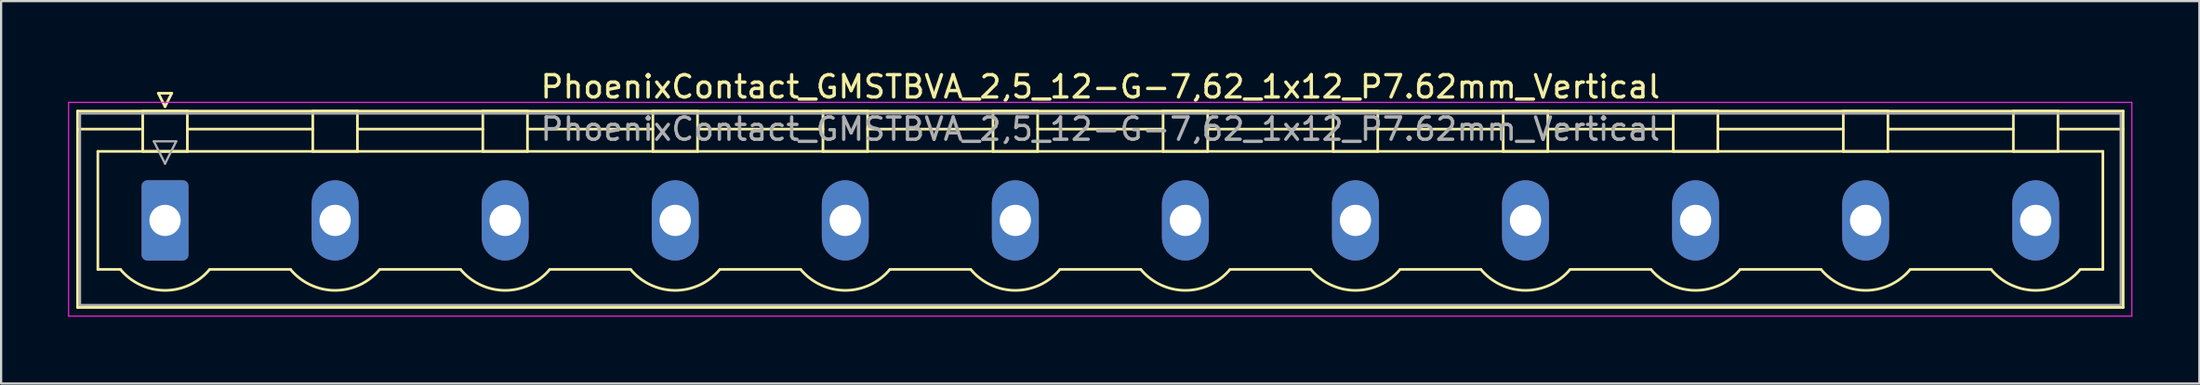
<source format=kicad_pcb>
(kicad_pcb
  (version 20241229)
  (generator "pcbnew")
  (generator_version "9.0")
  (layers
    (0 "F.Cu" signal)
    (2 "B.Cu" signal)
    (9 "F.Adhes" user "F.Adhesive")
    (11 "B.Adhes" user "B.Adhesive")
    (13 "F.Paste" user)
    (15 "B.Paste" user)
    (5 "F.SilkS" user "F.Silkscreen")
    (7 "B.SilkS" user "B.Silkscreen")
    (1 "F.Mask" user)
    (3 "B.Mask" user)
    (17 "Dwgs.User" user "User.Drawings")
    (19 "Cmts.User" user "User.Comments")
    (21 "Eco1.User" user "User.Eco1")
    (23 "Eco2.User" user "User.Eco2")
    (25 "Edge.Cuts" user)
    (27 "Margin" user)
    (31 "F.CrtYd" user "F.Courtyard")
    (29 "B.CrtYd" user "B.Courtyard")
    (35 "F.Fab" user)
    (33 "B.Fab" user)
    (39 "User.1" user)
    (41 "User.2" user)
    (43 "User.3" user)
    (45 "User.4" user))
  (footprint "PhoenixContact_GMSTBVA_2,5_12-G-7,62_1x12_P7.62mm_Vertical"
    (layer "F.Cu")
    (at 4.345 6.848)
    (property "Reference" "PhoenixContact_GMSTBVA_2,5_12-G-7,62_1x12_P7.62mm_Vertical" (at 41.91 -6 0) (layer "F.SilkS") (effects (font (size 1 1) (thickness 0.15))))
    (attr through_hole)
    (fp_line (start -3.92 -4.91) (end -3.92 3.91) (stroke (width 0.12) (type solid)) (layer "F.SilkS"))
    (fp_line (start -3.92 -4.1) (end -1.11 -4.1) (stroke (width 0.12) (type solid)) (layer "F.SilkS"))
    (fp_line (start -3.92 3.91) (end 87.74 3.91) (stroke (width 0.12) (type solid)) (layer "F.SilkS"))
    (fp_line (start -3.01 -3.1) (end 86.83 -3.1) (stroke (width 0.12) (type solid)) (layer "F.SilkS"))
    (fp_line (start -3.01 2.2) (end -3.01 -3.1) (stroke (width 0.12) (type solid)) (layer "F.SilkS"))
    (fp_line (start -2 2.2) (end -3.01 2.2) (stroke (width 0.12) (type solid)) (layer "F.SilkS"))
    (fp_line (start -1 -4.91) (end 1 -4.91) (stroke (width 0.12) (type solid)) (layer "F.SilkS"))
    (fp_line (start -1 -3.1) (end -1 -4.91) (stroke (width 0.12) (type solid)) (layer "F.SilkS"))
    (fp_line (start -0.3 -5.71) (end 0.3 -5.71) (stroke (width 0.12) (type solid)) (layer "F.SilkS"))
    (fp_line (start 0 -5.11) (end -0.3 -5.71) (stroke (width 0.12) (type solid)) (layer "F.SilkS"))
    (fp_line (start 0.3 -5.71) (end 0 -5.11) (stroke (width 0.12) (type solid)) (layer "F.SilkS"))
    (fp_line (start 1 -4.91) (end 1 -3.1) (stroke (width 0.12) (type solid)) (layer "F.SilkS"))
    (fp_line (start 1 -4.1) (end 6.62 -4.1) (stroke (width 0.12) (type solid)) (layer "F.SilkS"))
    (fp_line (start 1 -3.1) (end -1 -3.1) (stroke (width 0.12) (type solid)) (layer "F.SilkS"))
    (fp_line (start 2 2.2) (end 5.62 2.2) (stroke (width 0.12) (type solid)) (layer "F.SilkS"))
    (fp_line (start 6.62 -4.91) (end 8.62 -4.91) (stroke (width 0.12) (type solid)) (layer "F.SilkS"))
    (fp_line (start 6.62 -3.1) (end 6.62 -4.91) (stroke (width 0.12) (type solid)) (layer "F.SilkS"))
    (fp_line (start 8.62 -4.91) (end 8.62 -3.1) (stroke (width 0.12) (type solid)) (layer "F.SilkS"))
    (fp_line (start 8.62 -4.1) (end 14.24 -4.1) (stroke (width 0.12) (type solid)) (layer "F.SilkS"))
    (fp_line (start 8.62 -3.1) (end 6.62 -3.1) (stroke (width 0.12) (type solid)) (layer "F.SilkS"))
    (fp_line (start 9.62 2.2) (end 13.24 2.2) (stroke (width 0.12) (type solid)) (layer "F.SilkS"))
    (fp_line (start 14.24 -4.91) (end 16.24 -4.91) (stroke (width 0.12) (type solid)) (layer "F.SilkS"))
    (fp_line (start 14.24 -3.1) (end 14.24 -4.91) (stroke (width 0.12) (type solid)) (layer "F.SilkS"))
    (fp_line (start 16.24 -4.91) (end 16.24 -3.1) (stroke (width 0.12) (type solid)) (layer "F.SilkS"))
    (fp_line (start 16.24 -4.1) (end 21.86 -4.1) (stroke (width 0.12) (type solid)) (layer "F.SilkS"))
    (fp_line (start 16.24 -3.1) (end 14.24 -3.1) (stroke (width 0.12) (type solid)) (layer "F.SilkS"))
    (fp_line (start 17.24 2.2) (end 20.86 2.2) (stroke (width 0.12) (type solid)) (layer "F.SilkS"))
    (fp_line (start 21.86 -4.91) (end 23.86 -4.91) (stroke (width 0.12) (type solid)) (layer "F.SilkS"))
    (fp_line (start 21.86 -3.1) (end 21.86 -4.91) (stroke (width 0.12) (type solid)) (layer "F.SilkS"))
    (fp_line (start 23.86 -4.91) (end 23.86 -3.1) (stroke (width 0.12) (type solid)) (layer "F.SilkS"))
    (fp_line (start 23.86 -4.1) (end 29.48 -4.1) (stroke (width 0.12) (type solid)) (layer "F.SilkS"))
    (fp_line (start 23.86 -3.1) (end 21.86 -3.1) (stroke (width 0.12) (type solid)) (layer "F.SilkS"))
    (fp_line (start 24.86 2.2) (end 28.48 2.2) (stroke (width 0.12) (type solid)) (layer "F.SilkS"))
    (fp_line (start 29.48 -4.91) (end 31.48 -4.91) (stroke (width 0.12) (type solid)) (layer "F.SilkS"))
    (fp_line (start 29.48 -3.1) (end 29.48 -4.91) (stroke (width 0.12) (type solid)) (layer "F.SilkS"))
    (fp_line (start 31.48 -4.91) (end 31.48 -3.1) (stroke (width 0.12) (type solid)) (layer "F.SilkS"))
    (fp_line (start 31.48 -4.1) (end 37.1 -4.1) (stroke (width 0.12) (type solid)) (layer "F.SilkS"))
    (fp_line (start 31.48 -3.1) (end 29.48 -3.1) (stroke (width 0.12) (type solid)) (layer "F.SilkS"))
    (fp_line (start 32.48 2.2) (end 36.1 2.2) (stroke (width 0.12) (type solid)) (layer "F.SilkS"))
    (fp_line (start 37.1 -4.91) (end 39.1 -4.91) (stroke (width 0.12) (type solid)) (layer "F.SilkS"))
    (fp_line (start 37.1 -3.1) (end 37.1 -4.91) (stroke (width 0.12) (type solid)) (layer "F.SilkS"))
    (fp_line (start 39.1 -4.91) (end 39.1 -3.1) (stroke (width 0.12) (type solid)) (layer "F.SilkS"))
    (fp_line (start 39.1 -4.1) (end 44.72 -4.1) (stroke (width 0.12) (type solid)) (layer "F.SilkS"))
    (fp_line (start 39.1 -3.1) (end 37.1 -3.1) (stroke (width 0.12) (type solid)) (layer "F.SilkS"))
    (fp_line (start 40.1 2.2) (end 43.72 2.2) (stroke (width 0.12) (type solid)) (layer "F.SilkS"))
    (fp_line (start 44.72 -4.91) (end 46.72 -4.91) (stroke (width 0.12) (type solid)) (layer "F.SilkS"))
    (fp_line (start 44.72 -3.1) (end 44.72 -4.91) (stroke (width 0.12) (type solid)) (layer "F.SilkS"))
    (fp_line (start 46.72 -4.91) (end 46.72 -3.1) (stroke (width 0.12) (type solid)) (layer "F.SilkS"))
    (fp_line (start 46.72 -4.1) (end 52.34 -4.1) (stroke (width 0.12) (type solid)) (layer "F.SilkS"))
    (fp_line (start 46.72 -3.1) (end 44.72 -3.1) (stroke (width 0.12) (type solid)) (layer "F.SilkS"))
    (fp_line (start 47.72 2.2) (end 51.34 2.2) (stroke (width 0.12) (type solid)) (layer "F.SilkS"))
    (fp_line (start 52.34 -4.91) (end 54.34 -4.91) (stroke (width 0.12) (type solid)) (layer "F.SilkS"))
    (fp_line (start 52.34 -3.1) (end 52.34 -4.91) (stroke (width 0.12) (type solid)) (layer "F.SilkS"))
    (fp_line (start 54.34 -4.91) (end 54.34 -3.1) (stroke (width 0.12) (type solid)) (layer "F.SilkS"))
    (fp_line (start 54.34 -4.1) (end 59.96 -4.1) (stroke (width 0.12) (type solid)) (layer "F.SilkS"))
    (fp_line (start 54.34 -3.1) (end 52.34 -3.1) (stroke (width 0.12) (type solid)) (layer "F.SilkS"))
    (fp_line (start 55.34 2.2) (end 58.96 2.2) (stroke (width 0.12) (type solid)) (layer "F.SilkS"))
    (fp_line (start 59.96 -4.91) (end 61.96 -4.91) (stroke (width 0.12) (type solid)) (layer "F.SilkS"))
    (fp_line (start 59.96 -3.1) (end 59.96 -4.91) (stroke (width 0.12) (type solid)) (layer "F.SilkS"))
    (fp_line (start 61.96 -4.91) (end 61.96 -3.1) (stroke (width 0.12) (type solid)) (layer "F.SilkS"))
    (fp_line (start 61.96 -4.1) (end 67.58 -4.1) (stroke (width 0.12) (type solid)) (layer "F.SilkS"))
    (fp_line (start 61.96 -3.1) (end 59.96 -3.1) (stroke (width 0.12) (type solid)) (layer "F.SilkS"))
    (fp_line (start 62.96 2.2) (end 66.58 2.2) (stroke (width 0.12) (type solid)) (layer "F.SilkS"))
    (fp_line (start 67.58 -4.91) (end 69.58 -4.91) (stroke (width 0.12) (type solid)) (layer "F.SilkS"))
    (fp_line (start 67.58 -3.1) (end 67.58 -4.91) (stroke (width 0.12) (type solid)) (layer "F.SilkS"))
    (fp_line (start 69.58 -4.91) (end 69.58 -3.1) (stroke (width 0.12) (type solid)) (layer "F.SilkS"))
    (fp_line (start 69.58 -4.1) (end 75.2 -4.1) (stroke (width 0.12) (type solid)) (layer "F.SilkS"))
    (fp_line (start 69.58 -3.1) (end 67.58 -3.1) (stroke (width 0.12) (type solid)) (layer "F.SilkS"))
    (fp_line (start 70.58 2.2) (end 74.2 2.2) (stroke (width 0.12) (type solid)) (layer "F.SilkS"))
    (fp_line (start 75.2 -4.91) (end 77.2 -4.91) (stroke (width 0.12) (type solid)) (layer "F.SilkS"))
    (fp_line (start 75.2 -3.1) (end 75.2 -4.91) (stroke (width 0.12) (type solid)) (layer "F.SilkS"))
    (fp_line (start 77.2 -4.91) (end 77.2 -3.1) (stroke (width 0.12) (type solid)) (layer "F.SilkS"))
    (fp_line (start 77.2 -4.1) (end 82.82 -4.1) (stroke (width 0.12) (type solid)) (layer "F.SilkS"))
    (fp_line (start 77.2 -3.1) (end 75.2 -3.1) (stroke (width 0.12) (type solid)) (layer "F.SilkS"))
    (fp_line (start 78.2 2.2) (end 81.82 2.2) (stroke (width 0.12) (type solid)) (layer "F.SilkS"))
    (fp_line (start 82.82 -4.91) (end 84.82 -4.91) (stroke (width 0.12) (type solid)) (layer "F.SilkS"))
    (fp_line (start 82.82 -3.1) (end 82.82 -4.91) (stroke (width 0.12) (type solid)) (layer "F.SilkS"))
    (fp_line (start 84.82 -4.91) (end 84.82 -3.1) (stroke (width 0.12) (type solid)) (layer "F.SilkS"))
    (fp_line (start 84.82 -3.1) (end 82.82 -3.1) (stroke (width 0.12) (type solid)) (layer "F.SilkS"))
    (fp_line (start 86.83 -3.1) (end 86.83 2.2) (stroke (width 0.12) (type solid)) (layer "F.SilkS"))
    (fp_line (start 86.83 2.2) (end 85.82 2.2) (stroke (width 0.12) (type solid)) (layer "F.SilkS"))
    (fp_line (start 87.74 -4.91) (end -3.92 -4.91) (stroke (width 0.12) (type solid)) (layer "F.SilkS"))
    (fp_line (start 87.74 -4.1) (end 84.93 -4.1) (stroke (width 0.12) (type solid)) (layer "F.SilkS"))
    (fp_line (start 87.74 3.91) (end 87.74 -4.91) (stroke (width 0.12) (type solid)) (layer "F.SilkS"))
    (fp_arc (start 1.986842 2.215821) (mid -0.010289 3.142758) (end -2 2.2) (stroke (width 0.12) (type solid)) (layer "F.SilkS"))
    (fp_arc (start 9.606842 2.215821) (mid 7.609711 3.142758) (end 5.62 2.2) (stroke (width 0.12) (type solid)) (layer "F.SilkS"))
    (fp_arc (start 17.226842 2.215821) (mid 15.229711 3.142758) (end 13.24 2.2) (stroke (width 0.12) (type solid)) (layer "F.SilkS"))
    (fp_arc (start 24.846842 2.215821) (mid 22.849711 3.142758) (end 20.86 2.2) (stroke (width 0.12) (type solid)) (layer "F.SilkS"))
    (fp_arc (start 32.466842 2.215821) (mid 30.469711 3.142758) (end 28.48 2.2) (stroke (width 0.12) (type solid)) (layer "F.SilkS"))
    (fp_arc (start 40.086842 2.215821) (mid 38.089711 3.142758) (end 36.1 2.2) (stroke (width 0.12) (type solid)) (layer "F.SilkS"))
    (fp_arc (start 47.706842 2.215821) (mid 45.709711 3.142758) (end 43.72 2.2) (stroke (width 0.12) (type solid)) (layer "F.SilkS"))
    (fp_arc (start 55.326842 2.215821) (mid 53.329711 3.142758) (end 51.34 2.2) (stroke (width 0.12) (type solid)) (layer "F.SilkS"))
    (fp_arc (start 62.946842 2.215821) (mid 60.949711 3.142758) (end 58.96 2.2) (stroke (width 0.12) (type solid)) (layer "F.SilkS"))
    (fp_arc (start 70.566842 2.215821) (mid 68.569711 3.142758) (end 66.58 2.2) (stroke (width 0.12) (type solid)) (layer "F.SilkS"))
    (fp_arc (start 78.186842 2.215821) (mid 76.189711 3.142758) (end 74.2 2.2) (stroke (width 0.12) (type solid)) (layer "F.SilkS"))
    (fp_arc (start 85.806842 2.215821) (mid 83.809711 3.142758) (end 81.82 2.2) (stroke (width 0.12) (type solid)) (layer "F.SilkS"))
    (fp_line (start -4.32 -5.3) (end -4.32 4.3) (stroke (width 0.05) (type solid)) (layer "F.CrtYd"))
    (fp_line (start -4.32 4.3) (end 88.13 4.3) (stroke (width 0.05) (type solid)) (layer "F.CrtYd"))
    (fp_line (start 88.13 -5.3) (end -4.32 -5.3) (stroke (width 0.05) (type solid)) (layer "F.CrtYd"))
    (fp_line (start 88.13 4.3) (end 88.13 -5.3) (stroke (width 0.05) (type solid)) (layer "F.CrtYd"))
    (fp_line (start -3.81 -4.8) (end -3.81 3.8) (stroke (width 0.1) (type solid)) (layer "F.Fab"))
    (fp_line (start -3.81 3.8) (end 87.63 3.8) (stroke (width 0.1) (type solid)) (layer "F.Fab"))
    (fp_line (start -0.5 -3.55) (end 0.5 -3.55) (stroke (width 0.1) (type solid)) (layer "F.Fab"))
    (fp_line (start 0 -2.55) (end -0.5 -3.55) (stroke (width 0.1) (type solid)) (layer "F.Fab"))
    (fp_line (start 0.5 -3.55) (end 0 -2.55) (stroke (width 0.1) (type solid)) (layer "F.Fab"))
    (fp_line (start 87.63 -4.8) (end -3.81 -4.8) (stroke (width 0.1) (type solid)) (layer "F.Fab"))
    (fp_line (start 87.63 3.8) (end 87.63 -4.8) (stroke (width 0.1) (type solid)) (layer "F.Fab"))
    (fp_text user "${REFERENCE}" (at 41.91 -4.1 0) (layer "F.Fab") (effects (font (size 1 1) (thickness 0.15))))
    (pad "1" thru_hole roundrect (at 0 0) (size 2.1 3.6) (drill 1.4) (layers "*.Cu" "*.Mask") (roundrect_rratio 0.119))
    (pad "2" thru_hole oval (at 7.62 0) (size 2.1 3.6) (drill 1.4) (layers "*.Cu" "*.Mask"))
    (pad "3" thru_hole oval (at 15.24 0) (size 2.1 3.6) (drill 1.4) (layers "*.Cu" "*.Mask"))
    (pad "4" thru_hole oval (at 22.86 0) (size 2.1 3.6) (drill 1.4) (layers "*.Cu" "*.Mask"))
    (pad "5" thru_hole oval (at 30.48 0) (size 2.1 3.6) (drill 1.4) (layers "*.Cu" "*.Mask"))
    (pad "6" thru_hole oval (at 38.1 0) (size 2.1 3.6) (drill 1.4) (layers "*.Cu" "*.Mask"))
    (pad "7" thru_hole oval (at 45.72 0) (size 2.1 3.6) (drill 1.4) (layers "*.Cu" "*.Mask"))
    (pad "8" thru_hole oval (at 53.34 0) (size 2.1 3.6) (drill 1.4) (layers "*.Cu" "*.Mask"))
    (pad "9" thru_hole oval (at 60.96 0) (size 2.1 3.6) (drill 1.4) (layers "*.Cu" "*.Mask"))
    (pad "10" thru_hole oval (at 68.58 0) (size 2.1 3.6) (drill 1.4) (layers "*.Cu" "*.Mask"))
    (pad "11" thru_hole oval (at 76.2 0) (size 2.1 3.6) (drill 1.4) (layers "*.Cu" "*.Mask"))
    (pad "12" thru_hole oval (at 83.82 0) (size 2.1 3.6) (drill 1.4) (layers "*.Cu" "*.Mask")))
  (gr_rect
    (start -3 -3)
    (end 95.5 14.173)
    (stroke (width 0.1) (type default))
    (fill no)
    (layer "Edge.Cuts")))
</source>
